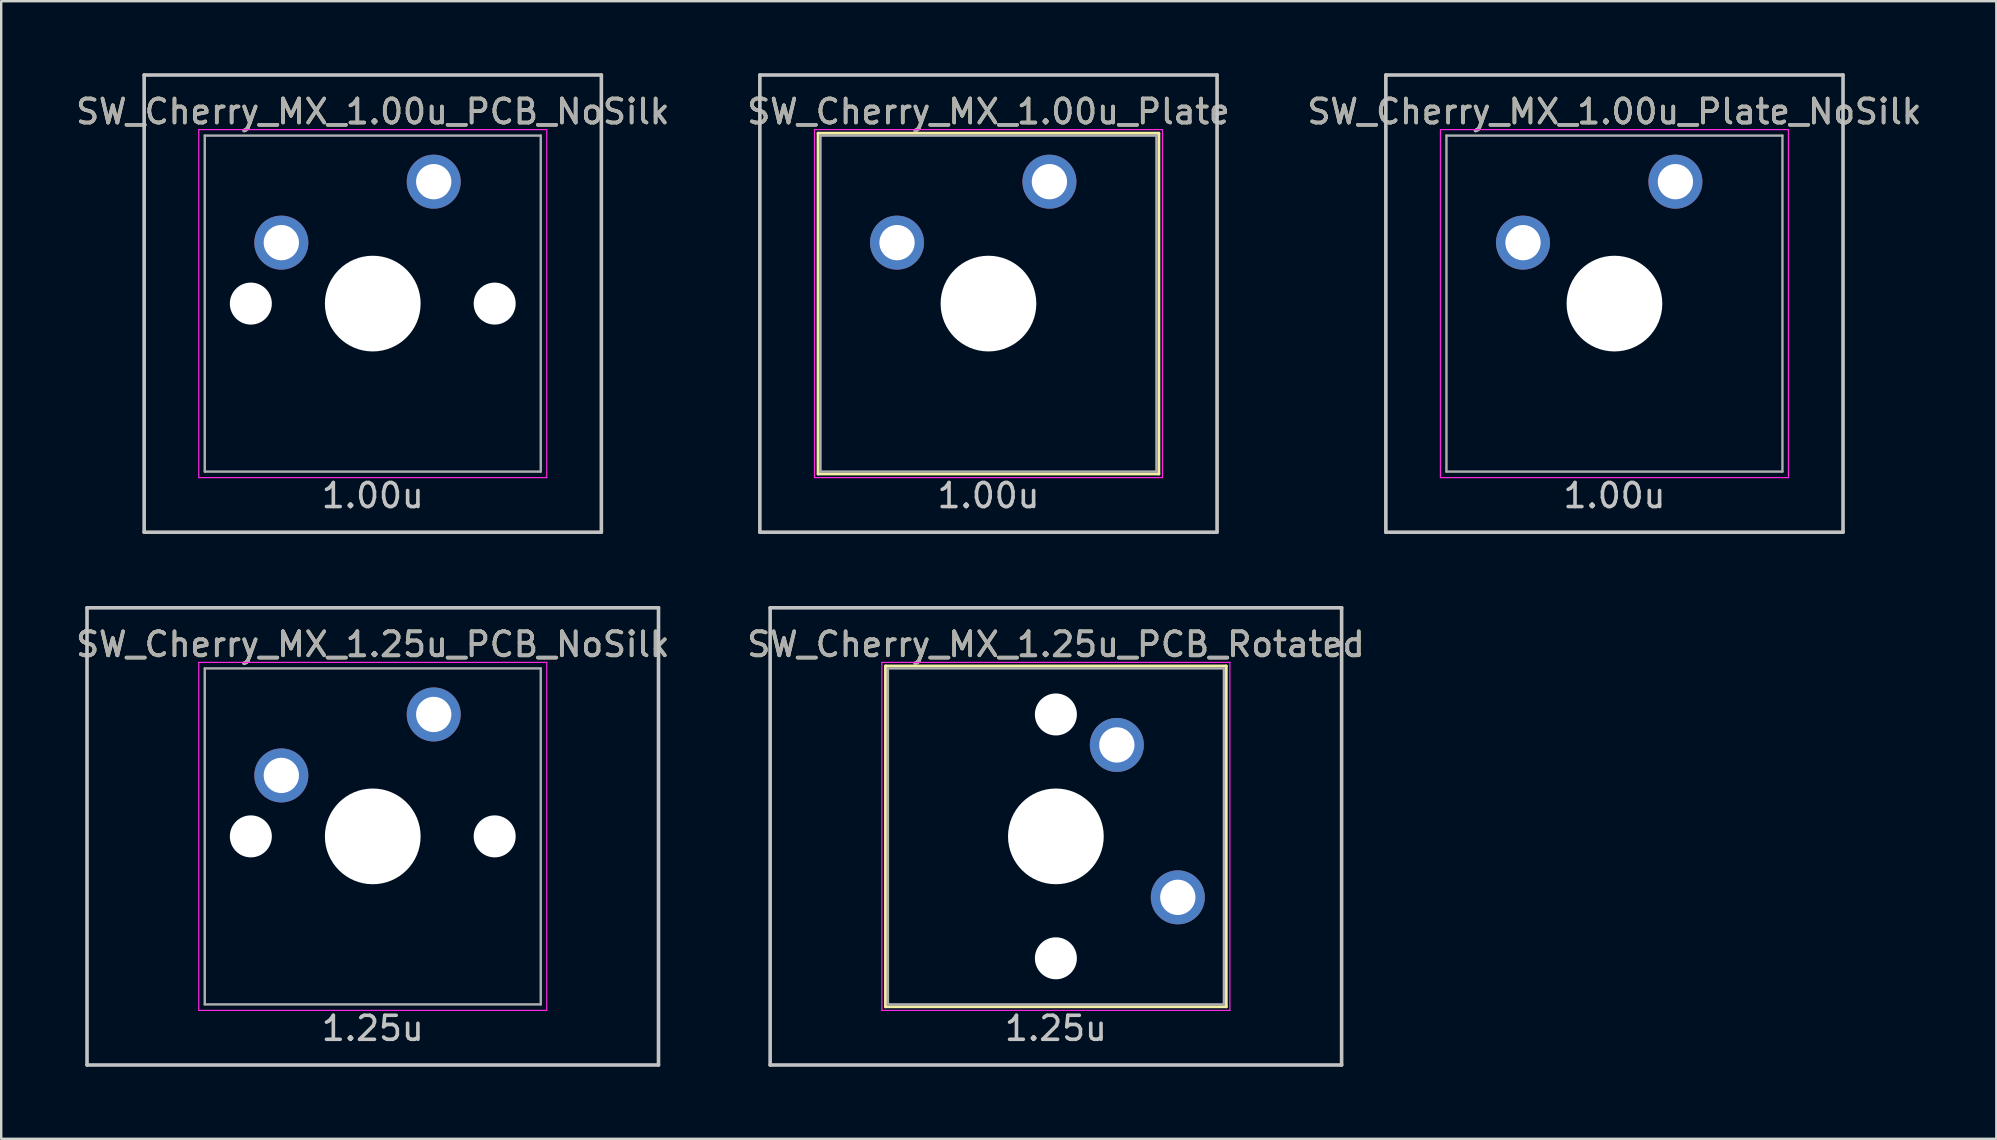
<source format=kicad_pcb>
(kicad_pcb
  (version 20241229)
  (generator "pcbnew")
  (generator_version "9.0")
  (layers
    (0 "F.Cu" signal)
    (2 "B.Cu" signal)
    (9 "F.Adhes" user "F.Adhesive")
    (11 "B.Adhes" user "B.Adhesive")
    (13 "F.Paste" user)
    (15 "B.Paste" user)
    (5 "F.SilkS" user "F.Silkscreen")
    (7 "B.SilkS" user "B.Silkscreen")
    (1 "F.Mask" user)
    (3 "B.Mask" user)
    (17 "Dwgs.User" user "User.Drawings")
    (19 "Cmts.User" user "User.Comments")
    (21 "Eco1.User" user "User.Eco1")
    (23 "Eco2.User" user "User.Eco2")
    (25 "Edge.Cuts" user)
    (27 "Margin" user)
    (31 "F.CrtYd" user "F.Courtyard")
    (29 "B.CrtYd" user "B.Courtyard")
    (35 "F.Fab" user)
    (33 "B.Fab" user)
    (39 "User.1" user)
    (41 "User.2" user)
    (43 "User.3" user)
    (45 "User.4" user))
  (footprint "SW_Cherry_MX_1.00u_Plate_NoSilk"
    (layer "F.Cu")
    (at 64.22 9.6)
    (property "Reference" "SW_Cherry_MX_1.00u_Plate_NoSilk" (at 0 -8 0) (layer "F.SilkS") (effects (font (size 1 1) (thickness 0.15))))
    (attr through_hole)
    (fp_line (start -9.525 -9.525) (end 9.525 -9.525) (stroke (width 0.15) (type solid)) (layer "Dwgs.User"))
    (fp_line (start -9.525 9.525) (end -9.525 -9.525) (stroke (width 0.15) (type solid)) (layer "Dwgs.User"))
    (fp_line (start 9.525 -9.525) (end 9.525 9.525) (stroke (width 0.15) (type solid)) (layer "Dwgs.User"))
    (fp_line (start 9.525 9.525) (end -9.525 9.525) (stroke (width 0.15) (type solid)) (layer "Dwgs.User"))
    (fp_line (start -7.25 -7.25) (end 7.25 -7.25) (stroke (width 0.05) (type solid)) (layer "F.CrtYd"))
    (fp_line (start -7.25 7.25) (end -7.25 -7.25) (stroke (width 0.05) (type solid)) (layer "F.CrtYd"))
    (fp_line (start 7.25 -7.25) (end 7.25 7.25) (stroke (width 0.05) (type solid)) (layer "F.CrtYd"))
    (fp_line (start 7.25 7.25) (end -7.25 7.25) (stroke (width 0.05) (type solid)) (layer "F.CrtYd"))
    (fp_line (start -7 -7) (end 7 -7) (stroke (width 0.1) (type solid)) (layer "F.Fab"))
    (fp_line (start -7 7) (end -7 -7) (stroke (width 0.1) (type solid)) (layer "F.Fab"))
    (fp_line (start 7 -7) (end 7 7) (stroke (width 0.1) (type solid)) (layer "F.Fab"))
    (fp_line (start 7 7) (end -7 7) (stroke (width 0.1) (type solid)) (layer "F.Fab"))
    (fp_text user "1.00u" (at 0 8 0) (layer "Dwgs.User") (effects (font (size 1 1) (thickness 0.15))))
    (fp_text user "${REFERENCE}" (at 0 -8 0) (layer "F.Fab") (effects (font (size 1 1) (thickness 0.15))))
    (pad "" np_thru_hole circle (at 0 0) (size 3.988 3.988) (drill 3.988) (layers "*.Cu" "*.Mask"))
    (pad "1" thru_hole circle (at -3.81 -2.54) (size 2.25 2.25) (drill 1.47) (layers "*.Cu" "B.Mask"))
    (pad "2" thru_hole circle (at 2.54 -5.08) (size 2.25 2.25) (drill 1.47) (layers "*.Cu" "B.Mask")))
  (footprint "SW_Cherry_MX_1.00u_Plate"
    (layer "F.Cu")
    (at 38.137 9.6)
    (property "Reference" "SW_Cherry_MX_1.00u_Plate" (at 0 -8 0) (layer "F.SilkS") (effects (font (size 1 1) (thickness 0.15))))
    (attr through_hole)
    (fp_line (start -7.1 -7.1) (end 7.1 -7.1) (stroke (width 0.12) (type solid)) (layer "F.SilkS"))
    (fp_line (start -7.1 7.1) (end -7.1 -7.1) (stroke (width 0.12) (type solid)) (layer "F.SilkS"))
    (fp_line (start 7.1 -7.1) (end 7.1 7.1) (stroke (width 0.12) (type solid)) (layer "F.SilkS"))
    (fp_line (start 7.1 7.1) (end -7.1 7.1) (stroke (width 0.12) (type solid)) (layer "F.SilkS"))
    (fp_line (start -9.525 -9.525) (end 9.525 -9.525) (stroke (width 0.15) (type solid)) (layer "Dwgs.User"))
    (fp_line (start -9.525 9.525) (end -9.525 -9.525) (stroke (width 0.15) (type solid)) (layer "Dwgs.User"))
    (fp_line (start 9.525 -9.525) (end 9.525 9.525) (stroke (width 0.15) (type solid)) (layer "Dwgs.User"))
    (fp_line (start 9.525 9.525) (end -9.525 9.525) (stroke (width 0.15) (type solid)) (layer "Dwgs.User"))
    (fp_line (start -7.25 -7.25) (end 7.25 -7.25) (stroke (width 0.05) (type solid)) (layer "F.CrtYd"))
    (fp_line (start -7.25 7.25) (end -7.25 -7.25) (stroke (width 0.05) (type solid)) (layer "F.CrtYd"))
    (fp_line (start 7.25 -7.25) (end 7.25 7.25) (stroke (width 0.05) (type solid)) (layer "F.CrtYd"))
    (fp_line (start 7.25 7.25) (end -7.25 7.25) (stroke (width 0.05) (type solid)) (layer "F.CrtYd"))
    (fp_line (start -7 -7) (end 7 -7) (stroke (width 0.1) (type solid)) (layer "F.Fab"))
    (fp_line (start -7 7) (end -7 -7) (stroke (width 0.1) (type solid)) (layer "F.Fab"))
    (fp_line (start 7 -7) (end 7 7) (stroke (width 0.1) (type solid)) (layer "F.Fab"))
    (fp_line (start 7 7) (end -7 7) (stroke (width 0.1) (type solid)) (layer "F.Fab"))
    (fp_text user "1.00u" (at 0 8 0) (layer "Dwgs.User") (effects (font (size 1 1) (thickness 0.15))))
    (fp_text user "${REFERENCE}" (at 0 -8 0) (layer "F.Fab") (effects (font (size 1 1) (thickness 0.15))))
    (pad "" np_thru_hole circle (at 0 0) (size 3.988 3.988) (drill 3.988) (layers "*.Cu" "*.Mask"))
    (pad "1" thru_hole circle (at -3.81 -2.54) (size 2.25 2.25) (drill 1.47) (layers "*.Cu" "B.Mask"))
    (pad "2" thru_hole circle (at 2.54 -5.08) (size 2.25 2.25) (drill 1.47) (layers "*.Cu" "B.Mask")))
  (footprint "SW_Cherry_MX_1.25u_PCB_NoSilk"
    (layer "F.Cu")
    (at 12.482 31.8)
    (property "Reference" "SW_Cherry_MX_1.25u_PCB_NoSilk" (at 0 -8 0) (layer "F.SilkS") (effects (font (size 1 1) (thickness 0.15))))
    (attr through_hole)
    (fp_line (start -11.906 -9.525) (end 11.906 -9.525) (stroke (width 0.15) (type solid)) (layer "Dwgs.User"))
    (fp_line (start -11.906 9.525) (end -11.906 -9.525) (stroke (width 0.15) (type solid)) (layer "Dwgs.User"))
    (fp_line (start -11.906 9.525) (end 11.906 9.525) (stroke (width 0.15) (type solid)) (layer "Dwgs.User"))
    (fp_line (start 11.906 -9.525) (end 11.906 9.525) (stroke (width 0.15) (type solid)) (layer "Dwgs.User"))
    (fp_line (start -7.25 -7.25) (end 7.25 -7.25) (stroke (width 0.05) (type solid)) (layer "F.CrtYd"))
    (fp_line (start -7.25 7.25) (end -7.25 -7.25) (stroke (width 0.05) (type solid)) (layer "F.CrtYd"))
    (fp_line (start 7.25 -7.25) (end 7.25 7.25) (stroke (width 0.05) (type solid)) (layer "F.CrtYd"))
    (fp_line (start 7.25 7.25) (end -7.25 7.25) (stroke (width 0.05) (type solid)) (layer "F.CrtYd"))
    (fp_line (start -7 -7) (end 7 -7) (stroke (width 0.1) (type solid)) (layer "F.Fab"))
    (fp_line (start -7 7) (end -7 -7) (stroke (width 0.1) (type solid)) (layer "F.Fab"))
    (fp_line (start 7 -7) (end 7 7) (stroke (width 0.1) (type solid)) (layer "F.Fab"))
    (fp_line (start 7 7) (end -7 7) (stroke (width 0.1) (type solid)) (layer "F.Fab"))
    (fp_text user "1.25u" (at 0 8 0) (layer "Dwgs.User") (effects (font (size 1 1) (thickness 0.15))))
    (fp_text user "${REFERENCE}" (at 0 -8 0) (layer "F.Fab") (effects (font (size 1 1) (thickness 0.15))))
    (pad "" np_thru_hole circle (at -5.08 0 48.1) (size 1.75 1.75) (drill 1.75) (layers "*.Cu" "*.Mask"))
    (pad "" np_thru_hole circle (at 0 0) (size 3.988 3.988) (drill 3.988) (layers "*.Cu" "*.Mask"))
    (pad "" np_thru_hole circle (at 5.08 0 48.1) (size 1.75 1.75) (drill 1.75) (layers "*.Cu" "*.Mask"))
    (pad "1" thru_hole circle (at -3.81 -2.54) (size 2.25 2.25) (drill 1.47) (layers "*.Cu" "B.Mask"))
    (pad "2" thru_hole circle (at 2.54 -5.08) (size 2.25 2.25) (drill 1.47) (layers "*.Cu" "B.Mask")))
  (footprint "SW_Cherry_MX_1.00u_PCB_NoSilk"
    (layer "F.Cu")
    (at 12.482 9.6)
    (property "Reference" "SW_Cherry_MX_1.00u_PCB_NoSilk" (at 0 -8 0) (layer "F.SilkS") (effects (font (size 1 1) (thickness 0.15))))
    (attr through_hole)
    (fp_line (start -9.525 -9.525) (end 9.525 -9.525) (stroke (width 0.15) (type solid)) (layer "Dwgs.User"))
    (fp_line (start -9.525 9.525) (end -9.525 -9.525) (stroke (width 0.15) (type solid)) (layer "Dwgs.User"))
    (fp_line (start 9.525 -9.525) (end 9.525 9.525) (stroke (width 0.15) (type solid)) (layer "Dwgs.User"))
    (fp_line (start 9.525 9.525) (end -9.525 9.525) (stroke (width 0.15) (type solid)) (layer "Dwgs.User"))
    (fp_line (start -7.25 -7.25) (end 7.25 -7.25) (stroke (width 0.05) (type solid)) (layer "F.CrtYd"))
    (fp_line (start -7.25 7.25) (end -7.25 -7.25) (stroke (width 0.05) (type solid)) (layer "F.CrtYd"))
    (fp_line (start 7.25 -7.25) (end 7.25 7.25) (stroke (width 0.05) (type solid)) (layer "F.CrtYd"))
    (fp_line (start 7.25 7.25) (end -7.25 7.25) (stroke (width 0.05) (type solid)) (layer "F.CrtYd"))
    (fp_line (start -7 -7) (end 7 -7) (stroke (width 0.1) (type solid)) (layer "F.Fab"))
    (fp_line (start -7 7) (end -7 -7) (stroke (width 0.1) (type solid)) (layer "F.Fab"))
    (fp_line (start 7 -7) (end 7 7) (stroke (width 0.1) (type solid)) (layer "F.Fab"))
    (fp_line (start 7 7) (end -7 7) (stroke (width 0.1) (type solid)) (layer "F.Fab"))
    (fp_text user "1.00u" (at 0 8 0) (layer "Dwgs.User") (effects (font (size 1 1) (thickness 0.15))))
    (fp_text user "${REFERENCE}" (at 0 -8 0) (layer "F.Fab") (effects (font (size 1 1) (thickness 0.15))))
    (pad "" np_thru_hole circle (at -5.08 0 48.1) (size 1.75 1.75) (drill 1.75) (layers "*.Cu" "*.Mask"))
    (pad "" np_thru_hole circle (at 0 0) (size 3.988 3.988) (drill 3.988) (layers "*.Cu" "*.Mask"))
    (pad "" np_thru_hole circle (at 5.08 0 48.1) (size 1.75 1.75) (drill 1.75) (layers "*.Cu" "*.Mask"))
    (pad "1" thru_hole circle (at -3.81 -2.54) (size 2.25 2.25) (drill 1.47) (layers "*.Cu" "B.Mask"))
    (pad "2" thru_hole circle (at 2.54 -5.08) (size 2.25 2.25) (drill 1.47) (layers "*.Cu" "B.Mask")))
  (footprint "SW_Cherry_MX_1.25u_PCB_Rotated"
    (layer "F.Cu")
    (at 40.946 31.8)
    (property "Reference" "SW_Cherry_MX_1.25u_PCB_Rotated" (at 0 -8 0) (layer "F.SilkS") (effects (font (size 1 1) (thickness 0.15))))
    (attr through_hole)
    (fp_line (start -7.1 -7.1) (end 7.1 -7.1) (stroke (width 0.12) (type solid)) (layer "F.SilkS"))
    (fp_line (start -7.1 7.1) (end -7.1 -7.1) (stroke (width 0.12) (type solid)) (layer "F.SilkS"))
    (fp_line (start 7.1 -7.1) (end 7.1 7.1) (stroke (width 0.12) (type solid)) (layer "F.SilkS"))
    (fp_line (start 7.1 7.1) (end -7.1 7.1) (stroke (width 0.12) (type solid)) (layer "F.SilkS"))
    (fp_line (start -11.906 -9.525) (end 11.906 -9.525) (stroke (width 0.15) (type solid)) (layer "Dwgs.User"))
    (fp_line (start -11.906 9.525) (end -11.906 -9.525) (stroke (width 0.15) (type solid)) (layer "Dwgs.User"))
    (fp_line (start -11.906 9.525) (end 11.906 9.525) (stroke (width 0.15) (type solid)) (layer "Dwgs.User"))
    (fp_line (start 11.906 -9.525) (end 11.906 9.525) (stroke (width 0.15) (type solid)) (layer "Dwgs.User"))
    (fp_line (start -7.25 -7.25) (end 7.25 -7.25) (stroke (width 0.05) (type solid)) (layer "F.CrtYd"))
    (fp_line (start -7.25 7.25) (end -7.25 -7.25) (stroke (width 0.05) (type solid)) (layer "F.CrtYd"))
    (fp_line (start 7.25 -7.25) (end 7.25 7.25) (stroke (width 0.05) (type solid)) (layer "F.CrtYd"))
    (fp_line (start 7.25 7.25) (end -7.25 7.25) (stroke (width 0.05) (type solid)) (layer "F.CrtYd"))
    (fp_line (start -7 -7) (end 7 -7) (stroke (width 0.1) (type solid)) (layer "F.Fab"))
    (fp_line (start -7 7) (end -7 -7) (stroke (width 0.1) (type solid)) (layer "F.Fab"))
    (fp_line (start 7 -7) (end 7 7) (stroke (width 0.1) (type solid)) (layer "F.Fab"))
    (fp_line (start 7 7) (end -7 7) (stroke (width 0.1) (type solid)) (layer "F.Fab"))
    (fp_text user "1.25u" (at 0 8 0) (layer "Dwgs.User") (effects (font (size 1 1) (thickness 0.15))))
    (fp_text user "${REFERENCE}" (at 0 -8 0) (layer "F.Fab") (effects (font (size 1 1) (thickness 0.15))))
    (pad "" np_thru_hole circle (at 0 -5.08 318.1) (size 1.75 1.75) (drill 1.75) (layers "*.Cu" "*.Mask"))
    (pad "" np_thru_hole circle (at 0 0 270) (size 3.988 3.988) (drill 3.988) (layers "*.Cu" "*.Mask"))
    (pad "" np_thru_hole circle (at 0 5.08 318.1) (size 1.75 1.75) (drill 1.75) (layers "*.Cu" "*.Mask"))
    (pad "1" thru_hole circle (at 2.54 -3.81 270) (size 2.25 2.25) (drill 1.47) (layers "*.Cu" "B.Mask"))
    (pad "2" thru_hole circle (at 5.08 2.54 270) (size 2.25 2.25) (drill 1.47) (layers "*.Cu" "B.Mask")))
  (gr_rect
    (start -3 -3)
    (end 80.131 44.4)
    (stroke (width 0.1) (type default))
    (fill no)
    (layer "Edge.Cuts")))
</source>
